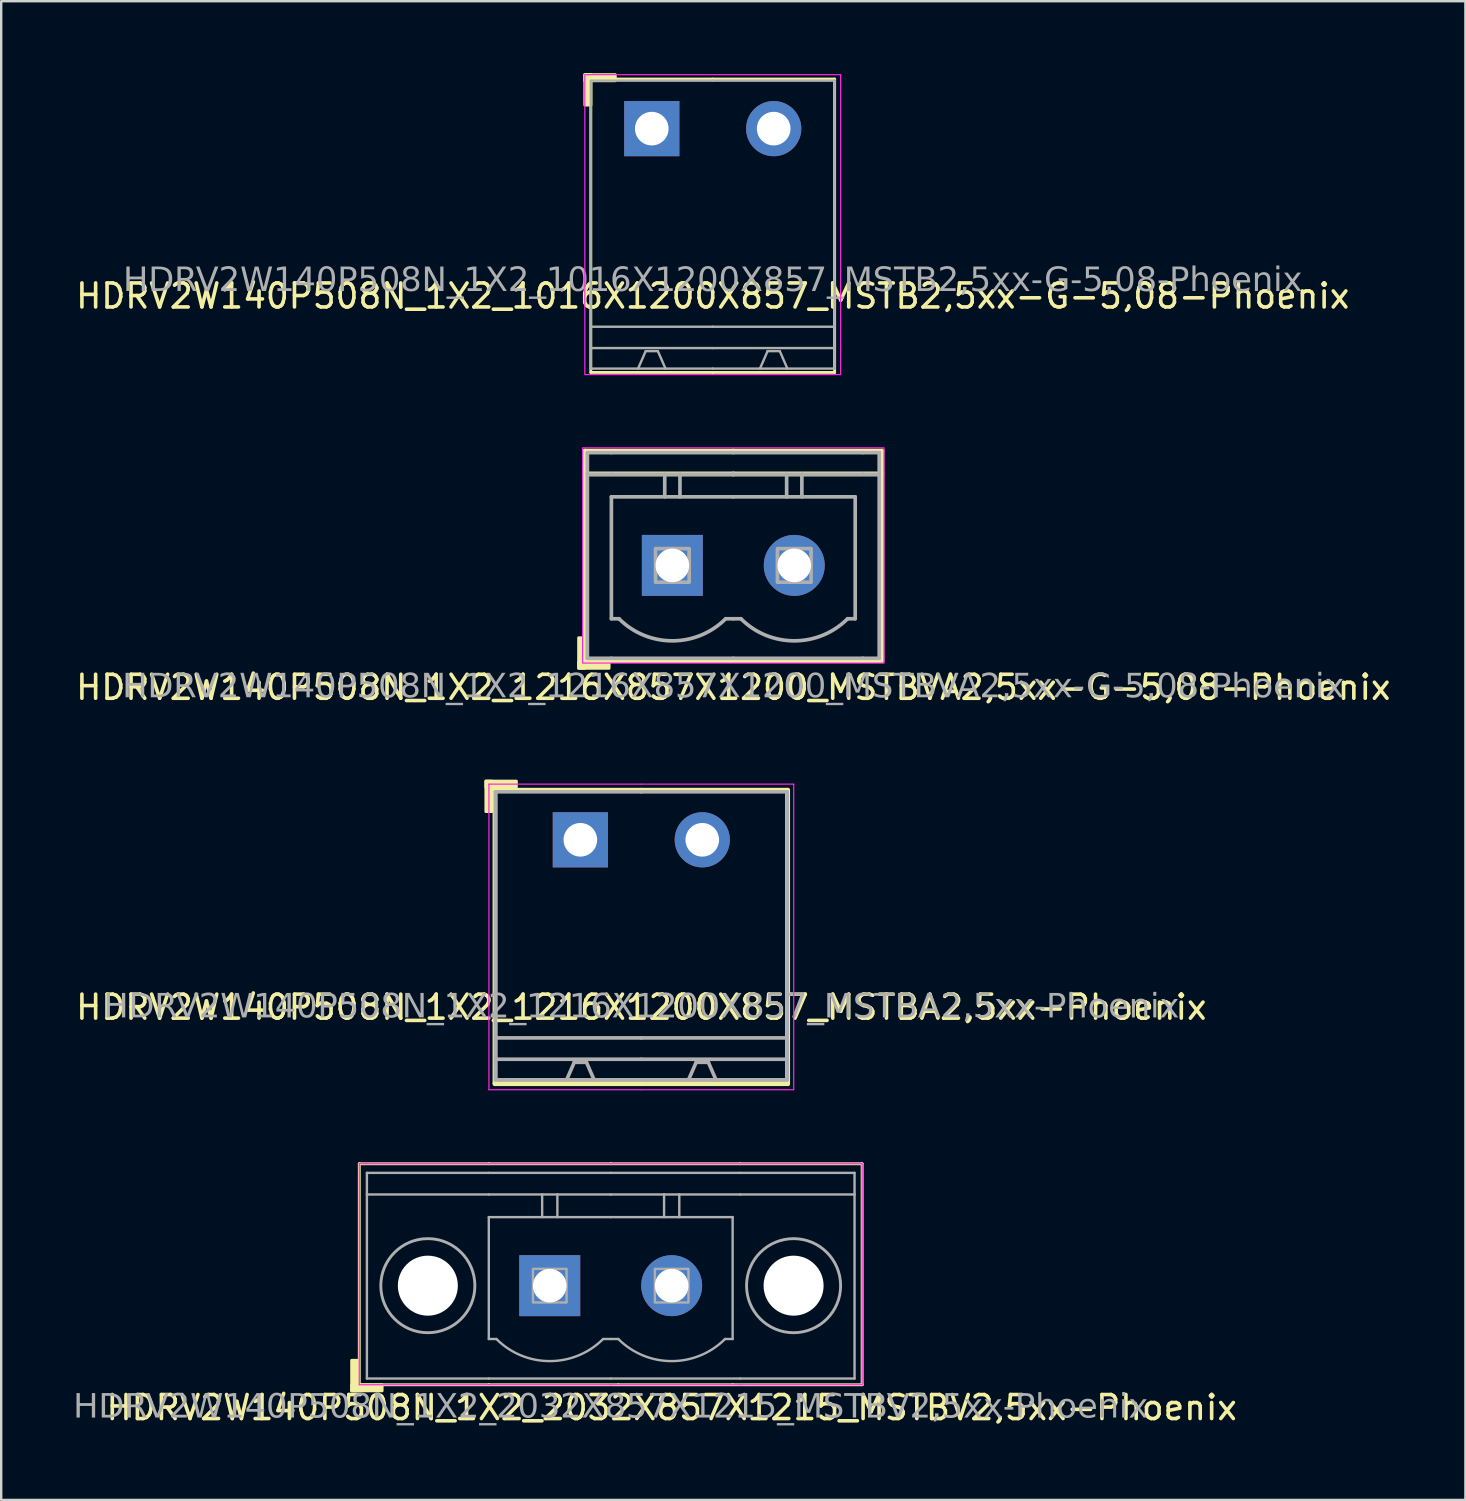
<source format=kicad_pcb>
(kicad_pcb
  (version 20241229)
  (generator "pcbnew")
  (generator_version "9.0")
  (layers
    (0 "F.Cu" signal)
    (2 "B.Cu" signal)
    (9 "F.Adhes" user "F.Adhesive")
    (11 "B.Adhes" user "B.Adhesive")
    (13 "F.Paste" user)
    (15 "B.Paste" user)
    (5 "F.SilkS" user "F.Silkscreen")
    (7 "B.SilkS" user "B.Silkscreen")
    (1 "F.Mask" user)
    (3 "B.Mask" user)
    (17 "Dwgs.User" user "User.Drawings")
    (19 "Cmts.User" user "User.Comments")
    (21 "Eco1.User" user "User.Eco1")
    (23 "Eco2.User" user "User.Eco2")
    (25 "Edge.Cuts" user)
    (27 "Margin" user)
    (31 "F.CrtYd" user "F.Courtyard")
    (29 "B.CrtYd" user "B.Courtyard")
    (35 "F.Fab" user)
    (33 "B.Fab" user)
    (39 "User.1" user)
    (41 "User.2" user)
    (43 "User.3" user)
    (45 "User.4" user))
  (footprint "HDRV2W140P508N_1X2_1216X1200X857_MSTBA2,5xx-Phoenix"
    (layer "F.Cu")
    (at 23.673 31.944)
    (property "Reference" "HDRV2W140P508N_1X2_1216X1200X857_MSTBA2,5xx-Phoenix" (at 0 6.975 0) (layer "F.SilkS") (effects (font (size 1 1) (thickness 0.15))))
    (attr through_hole)
    (fp_line (start -6.096 -2.065) (end -6.096 10.16) (stroke (width 0.203) (type solid)) (layer "F.SilkS"))
    (fp_line (start -6.096 10.16) (end 0 10.16) (stroke (width 0.203) (type solid)) (layer "F.SilkS"))
    (fp_line (start 0 -2.065) (end -6.096 -2.065) (stroke (width 0.203) (type solid)) (layer "F.SilkS"))
    (fp_line (start 0 -2.065) (end 6.096 -2.065) (stroke (width 0.203) (type solid)) (layer "F.SilkS"))
    (fp_line (start 6.096 -2.065) (end 6.096 10.16) (stroke (width 0.203) (type solid)) (layer "F.SilkS"))
    (fp_line (start 6.096 10.16) (end 0 10.16) (stroke (width 0.203) (type solid)) (layer "F.SilkS"))
    (fp_rect (start -6.477 -2.446) (end -6.223 -1.176) (stroke (width 0.12) (type solid)) (fill yes) (layer "F.SilkS"))
    (fp_rect (start -6.477 -2.446) (end -5.207 -2.192) (stroke (width 0.12) (type solid)) (fill yes) (layer "F.SilkS"))
    (fp_line (start -6.35 10.414) (end -6.35 -2.319) (stroke (width 0.05) (type solid)) (layer "F.CrtYd"))
    (fp_line (start 0 -2.319) (end -6.35 -2.319) (stroke (width 0.05) (type solid)) (layer "F.CrtYd"))
    (fp_line (start 0 -2.319) (end 6.35 -2.319) (stroke (width 0.05) (type solid)) (layer "F.CrtYd"))
    (fp_line (start 0 10.414) (end -6.35 10.414) (stroke (width 0.05) (type solid)) (layer "F.CrtYd"))
    (fp_line (start 0 10.414) (end 6.35 10.414) (stroke (width 0.05) (type solid)) (layer "F.CrtYd"))
    (fp_line (start 6.35 10.414) (end 6.35 -2.319) (stroke (width 0.05) (type solid)) (layer "F.CrtYd"))
    (fp_line (start -6.08 -2) (end -6.08 10) (stroke (width 0.152) (type solid)) (layer "F.Fab"))
    (fp_line (start -2.794 9.271) (end -3.111 10) (stroke (width 0.152) (type default)) (layer "F.Fab"))
    (fp_line (start -2.286 9.271) (end -2.794 9.271) (stroke (width 0.152) (type default)) (layer "F.Fab"))
    (fp_line (start -2.286 9.271) (end -1.968 10) (stroke (width 0.152) (type default)) (layer "F.Fab"))
    (fp_line (start 0 -2) (end -6.08 -2) (stroke (width 0.152) (type solid)) (layer "F.Fab"))
    (fp_line (start 0 -2) (end 6.08 -2) (stroke (width 0.152) (type solid)) (layer "F.Fab"))
    (fp_line (start 0 8.255) (end -6.08 8.255) (stroke (width 0.152) (type solid)) (layer "F.Fab"))
    (fp_line (start 0 8.255) (end 6.08 8.255) (stroke (width 0.152) (type solid)) (layer "F.Fab"))
    (fp_line (start 0 9.144) (end -6.08 9.144) (stroke (width 0.152) (type solid)) (layer "F.Fab"))
    (fp_line (start 0 9.144) (end 6.08 9.144) (stroke (width 0.152) (type solid)) (layer "F.Fab"))
    (fp_line (start 0 10) (end -6.08 10) (stroke (width 0.152) (type solid)) (layer "F.Fab"))
    (fp_line (start 0 10) (end 6.08 10) (stroke (width 0.152) (type solid)) (layer "F.Fab"))
    (fp_line (start 2.286 9.271) (end 1.968 10) (stroke (width 0.152) (type default)) (layer "F.Fab"))
    (fp_line (start 2.794 9.271) (end 2.286 9.271) (stroke (width 0.152) (type default)) (layer "F.Fab"))
    (fp_line (start 2.794 9.271) (end 3.111 10) (stroke (width 0.152) (type default)) (layer "F.Fab"))
    (fp_line (start 6.08 -2) (end 6.08 10) (stroke (width 0.152) (type solid)) (layer "F.Fab"))
    (fp_rect (start -2.794 -0.254) (end -2.286 0.254) (stroke (width 0.152) (type solid)) (fill no) (layer "F.Fab"))
    (fp_rect (start 2.794 -0.254) (end 2.286 0.254) (stroke (width 0.152) (type solid)) (fill no) (layer "F.Fab"))
    (fp_text user "${REFERENCE}" (at 0 6.985 0) (layer "F.Fab") (effects (font (face "Tahoma") (size 1 1) (thickness 0.15))))
    (pad "1" thru_hole rect (at -2.54 0) (size 2.3 2.3) (drill 1.4) (layers "*.Cu" "*.Mask"))
    (pad "2" thru_hole circle (at 2.54 0) (size 2.3 2.3) (drill 1.4) (layers "*.Cu" "*.Mask")))
  (footprint "HDRV2W140P508N_1X2_2032X857X1215_MSTBV2,5xx-Phoenix"
    (layer "F.Cu")
    (at 22.398 50.523)
    (property "Reference" "HDRV2W140P508N_1X2_2032X857X1215_MSTBV2,5xx-Phoenix" (at 2.54 5.08 0) (layer "F.SilkS") (effects (font (size 1 1) (thickness 0.15))))
    (attr through_hole)
    (fp_line (start -10.477 -5.08) (end -10.477 4.128) (stroke (width 0.12) (type solid)) (layer "F.SilkS"))
    (fp_line (start -10.477 -5.08) (end -5.08 -5.08) (stroke (width 0.12) (type solid)) (layer "F.SilkS"))
    (fp_line (start -10.477 4.128) (end -5.08 4.128) (stroke (width 0.12) (type solid)) (layer "F.SilkS"))
    (fp_line (start 0 -5.08) (end -5.08 -5.08) (stroke (width 0.12) (type solid)) (layer "F.SilkS"))
    (fp_line (start 0.318 4.128) (end -5.08 4.128) (stroke (width 0.12) (type solid)) (layer "F.SilkS"))
    (fp_line (start 0.318 4.128) (end 5.08 4.128) (stroke (width 0.12) (type solid)) (layer "F.SilkS"))
    (fp_line (start 5.397 -5.08) (end 0 -5.08) (stroke (width 0.12) (type solid)) (layer "F.SilkS"))
    (fp_line (start 10.477 -5.08) (end 5.397 -5.08) (stroke (width 0.12) (type solid)) (layer "F.SilkS"))
    (fp_line (start 10.477 -5.08) (end 10.477 4.128) (stroke (width 0.12) (type solid)) (layer "F.SilkS"))
    (fp_line (start 10.477 4.128) (end 5.08 4.128) (stroke (width 0.12) (type solid)) (layer "F.SilkS"))
    (fp_rect (start -10.541 3.111) (end -10.795 4.381) (stroke (width 0.12) (type solid)) (fill yes) (layer "F.SilkS"))
    (fp_rect (start -9.525 4.381) (end -10.795 4.128) (stroke (width 0.12) (type solid)) (fill yes) (layer "F.SilkS"))
    (fp_line (start -10.477 4.128) (end -10.477 -5.08) (stroke (width 0.05) (type solid)) (layer "F.CrtYd"))
    (fp_line (start -5.08 -5.08) (end -10.477 -5.08) (stroke (width 0.05) (type solid)) (layer "F.CrtYd"))
    (fp_line (start -5.08 -5.08) (end 0 -5.08) (stroke (width 0.05) (type solid)) (layer "F.CrtYd"))
    (fp_line (start -5.08 4.128) (end -10.477 4.128) (stroke (width 0.05) (type solid)) (layer "F.CrtYd"))
    (fp_line (start -5.08 4.128) (end 0 4.128) (stroke (width 0.05) (type solid)) (layer "F.CrtYd"))
    (fp_line (start 0 -5.08) (end 5.397 -5.08) (stroke (width 0.05) (type solid)) (layer "F.CrtYd"))
    (fp_line (start 0 4.128) (end 5.397 4.128) (stroke (width 0.05) (type solid)) (layer "F.CrtYd"))
    (fp_line (start 5.397 -5.08) (end 10.477 -5.08) (stroke (width 0.05) (type solid)) (layer "F.CrtYd"))
    (fp_line (start 5.397 4.128) (end 10.477 4.128) (stroke (width 0.05) (type solid)) (layer "F.CrtYd"))
    (fp_line (start 10.477 4.128) (end 10.477 -5.08) (stroke (width 0.05) (type solid)) (layer "F.CrtYd"))
    (fp_line (start -10.16 -4.7) (end -10.16 3.87) (stroke (width 0.1) (type solid)) (layer "F.Fab"))
    (fp_line (start -10.16 -3.8) (end -5.08 -3.8) (stroke (width 0.1) (type solid)) (layer "F.Fab"))
    (fp_line (start -5.08 -4.7) (end -10.16 -4.7) (stroke (width 0.1) (type solid)) (layer "F.Fab"))
    (fp_line (start -5.08 -4.7) (end 0 -4.7) (stroke (width 0.1) (type solid)) (layer "F.Fab"))
    (fp_line (start -5.08 -2.857) (end 0 -2.857) (stroke (width 0.1) (type default)) (layer "F.Fab"))
    (fp_line (start -5.08 2.223) (end -5.08 -2.857) (stroke (width 0.1) (type default)) (layer "F.Fab"))
    (fp_line (start -5.08 3.87) (end -10.16 3.87) (stroke (width 0.1) (type solid)) (layer "F.Fab"))
    (fp_line (start -5.08 3.87) (end 0 3.87) (stroke (width 0.1) (type solid)) (layer "F.Fab"))
    (fp_line (start -4.763 2.223) (end -5.08 2.223) (stroke (width 0.1) (type default)) (layer "F.Fab"))
    (fp_line (start -2.857 -3.81) (end -2.857 -2.857) (stroke (width 0.1) (type default)) (layer "F.Fab"))
    (fp_line (start -2.223 -3.81) (end -2.223 -2.857) (stroke (width 0.1) (type default)) (layer "F.Fab"))
    (fp_line (start 0 -4.7) (end 5.397 -4.7) (stroke (width 0.1) (type solid)) (layer "F.Fab"))
    (fp_line (start 0 -3.8) (end -5.08 -3.8) (stroke (width 0.1) (type solid)) (layer "F.Fab"))
    (fp_line (start 0 -2.857) (end 5.08 -2.857) (stroke (width 0.1) (type default)) (layer "F.Fab"))
    (fp_line (start 0 2.223) (end -0.318 2.223) (stroke (width 0.1) (type default)) (layer "F.Fab"))
    (fp_line (start 0 3.87) (end 5.397 3.87) (stroke (width 0.1) (type solid)) (layer "F.Fab"))
    (fp_line (start 0.318 2.223) (end 0 2.223) (stroke (width 0.1) (type default)) (layer "F.Fab"))
    (fp_line (start 2.223 -3.81) (end 2.223 -2.857) (stroke (width 0.1) (type default)) (layer "F.Fab"))
    (fp_line (start 2.857 -3.81) (end 2.857 -2.857) (stroke (width 0.1) (type default)) (layer "F.Fab"))
    (fp_line (start 5.08 2.223) (end 4.763 2.223) (stroke (width 0.1) (type default)) (layer "F.Fab"))
    (fp_line (start 5.08 2.223) (end 5.08 -2.857) (stroke (width 0.1) (type default)) (layer "F.Fab"))
    (fp_line (start 5.397 -4.7) (end 10.16 -4.7) (stroke (width 0.1) (type solid)) (layer "F.Fab"))
    (fp_line (start 5.397 -3.8) (end 0 -3.8) (stroke (width 0.1) (type solid)) (layer "F.Fab"))
    (fp_line (start 5.397 3.87) (end 10.16 3.87) (stroke (width 0.1) (type solid)) (layer "F.Fab"))
    (fp_line (start 10.16 -4.7) (end 10.16 3.87) (stroke (width 0.1) (type solid)) (layer "F.Fab"))
    (fp_line (start 10.16 -3.8) (end 5.397 -3.8) (stroke (width 0.1) (type solid)) (layer "F.Fab"))
    (fp_rect (start -1.84 -0.7) (end -3.24 0.7) (stroke (width 0.1) (type solid)) (fill no) (layer "F.Fab"))
    (fp_rect (start 3.24 -0.7) (end 1.84 0.7) (stroke (width 0.1) (type solid)) (fill no) (layer "F.Fab"))
    (fp_arc (start -0.3175 2.2225) (mid -2.54 3.143092) (end -4.7625 2.2225) (stroke (width 0.1) (type default)) (layer "F.Fab"))
    (fp_arc (start 4.7625 2.2225) (mid 2.54 3.143092) (end 0.3175 2.2225) (stroke (width 0.1) (type default)) (layer "F.Fab"))
    (fp_circle (center -7.62 0) (end -5.66 0) (stroke (width 0.12) (type default)) (fill no) (layer "F.Fab"))
    (fp_circle (center 7.62 0) (end 9.58 0) (stroke (width 0.12) (type default)) (fill no) (layer "F.Fab"))
    (fp_text user "${REFERENCE}" (at 0 5.08 0) (layer "F.Fab") (effects (font (face "Tahoma") (size 1 1) (thickness 0.15))))
    (pad "" np_thru_hole circle (at -7.62 0) (size 2.5 2.5) (drill 2.5) (layers "*.Cu" "*.Mask"))
    (pad "" np_thru_hole circle (at 7.62 0) (size 2.5 2.5) (drill 2.5) (layers "*.Cu" "*.Mask"))
    (pad "1" thru_hole rect (at -2.54 0) (size 2.54 2.54) (drill 1.4) (layers "*.Cu" "*.Mask"))
    (pad "2" thru_hole circle (at 2.54 0) (size 2.54 2.54) (drill 1.4) (layers "*.Cu" "*.Mask")))
  (footprint "HDRV2W140P508N_1X2_1216X857X1200_MSTBVA2,5xx-G-5,08-Phoenix"
    (layer "F.Cu")
    (at 27.506 20.51)
    (property "Reference" "HDRV2W140P508N_1X2_1216X857X1200_MSTBVA2,5xx-G-5,08-Phoenix" (at 0 5.08 0) (layer "F.SilkS") (effects (font (size 1 1) (thickness 0.15))))
    (attr through_hole)
    (fp_line (start -6.191 -4.763) (end -6.191 3.969) (stroke (width 0.203) (type solid)) (layer "F.SilkS"))
    (fp_line (start -6.191 -4.763) (end 0 -4.763) (stroke (width 0.203) (type solid)) (layer "F.SilkS"))
    (fp_line (start -6.191 -3.81) (end 0 -3.81) (stroke (width 0.203) (type solid)) (layer "F.SilkS"))
    (fp_line (start -6.191 3.969) (end 0 3.969) (stroke (width 0.203) (type solid)) (layer "F.SilkS"))
    (fp_line (start 6.191 -4.763) (end 0 -4.763) (stroke (width 0.203) (type solid)) (layer "F.SilkS"))
    (fp_line (start 6.191 -4.763) (end 6.191 3.969) (stroke (width 0.203) (type solid)) (layer "F.SilkS"))
    (fp_line (start 6.191 -3.81) (end 0 -3.81) (stroke (width 0.203) (type solid)) (layer "F.SilkS"))
    (fp_line (start 6.191 3.969) (end 0 3.969) (stroke (width 0.203) (type solid)) (layer "F.SilkS"))
    (fp_rect (start -6.191 3.016) (end -6.445 4.286) (stroke (width 0.12) (type solid)) (fill yes) (layer "F.SilkS"))
    (fp_rect (start -5.175 4.286) (end -6.445 4.032) (stroke (width 0.12) (type solid)) (fill yes) (layer "F.SilkS"))
    (fp_rect (start -6.28 -4.9) (end 6.28 4.07) (stroke (width 0.05) (type default)) (fill no) (layer "F.CrtYd"))
    (fp_line (start -6.08 -4.7) (end -6.08 3.87) (stroke (width 0.152) (type solid)) (layer "F.Fab"))
    (fp_line (start -6.08 -3.8) (end -5.08 -3.8) (stroke (width 0.152) (type solid)) (layer "F.Fab"))
    (fp_line (start -5.08 -4.7) (end -6.08 -4.7) (stroke (width 0.152) (type solid)) (layer "F.Fab"))
    (fp_line (start -5.08 -4.7) (end 0 -4.7) (stroke (width 0.152) (type solid)) (layer "F.Fab"))
    (fp_line (start -5.08 -2.857) (end 0 -2.857) (stroke (width 0.152) (type default)) (layer "F.Fab"))
    (fp_line (start -5.08 2.223) (end -5.08 -2.857) (stroke (width 0.152) (type default)) (layer "F.Fab"))
    (fp_line (start -5.08 3.87) (end -6.08 3.87) (stroke (width 0.152) (type solid)) (layer "F.Fab"))
    (fp_line (start -5.08 3.87) (end 0 3.87) (stroke (width 0.152) (type solid)) (layer "F.Fab"))
    (fp_line (start -4.763 2.223) (end -5.08 2.223) (stroke (width 0.152) (type default)) (layer "F.Fab"))
    (fp_line (start -2.857 -3.8) (end -2.857 -2.857) (stroke (width 0.152) (type default)) (layer "F.Fab"))
    (fp_line (start -2.223 -3.8) (end -2.223 -2.857) (stroke (width 0.152) (type default)) (layer "F.Fab"))
    (fp_line (start 0 -4.7) (end 5.397 -4.7) (stroke (width 0.152) (type solid)) (layer "F.Fab"))
    (fp_line (start 0 -3.8) (end -5.08 -3.8) (stroke (width 0.152) (type solid)) (layer "F.Fab"))
    (fp_line (start 0 -2.857) (end 5.08 -2.857) (stroke (width 0.152) (type default)) (layer "F.Fab"))
    (fp_line (start 0 2.223) (end -0.318 2.223) (stroke (width 0.152) (type default)) (layer "F.Fab"))
    (fp_line (start 0 3.87) (end 5.397 3.87) (stroke (width 0.152) (type solid)) (layer "F.Fab"))
    (fp_line (start 0.318 2.223) (end 0 2.223) (stroke (width 0.152) (type default)) (layer "F.Fab"))
    (fp_line (start 2.223 -3.8) (end 2.223 -2.857) (stroke (width 0.152) (type default)) (layer "F.Fab"))
    (fp_line (start 2.857 -3.8) (end 2.857 -2.857) (stroke (width 0.152) (type default)) (layer "F.Fab"))
    (fp_line (start 5.08 2.223) (end 4.763 2.223) (stroke (width 0.152) (type default)) (layer "F.Fab"))
    (fp_line (start 5.08 2.223) (end 5.08 -2.857) (stroke (width 0.152) (type default)) (layer "F.Fab"))
    (fp_line (start 5.397 -4.7) (end 6.08 -4.7) (stroke (width 0.152) (type solid)) (layer "F.Fab"))
    (fp_line (start 5.397 -3.8) (end 0 -3.8) (stroke (width 0.152) (type solid)) (layer "F.Fab"))
    (fp_line (start 5.397 3.87) (end 6.08 3.87) (stroke (width 0.152) (type solid)) (layer "F.Fab"))
    (fp_line (start 6.08 -4.7) (end 6.08 3.87) (stroke (width 0.152) (type solid)) (layer "F.Fab"))
    (fp_line (start 6.08 -3.8) (end 5.397 -3.8) (stroke (width 0.152) (type solid)) (layer "F.Fab"))
    (fp_rect (start -1.84 -0.7) (end -3.24 0.7) (stroke (width 0.152) (type solid)) (fill no) (layer "F.Fab"))
    (fp_rect (start 3.24 -0.7) (end 1.84 0.7) (stroke (width 0.152) (type solid)) (fill no) (layer "F.Fab"))
    (fp_arc (start -0.3175 2.2225) (mid -2.54 3.143092) (end -4.7625 2.2225) (stroke (width 0.1524) (type default)) (layer "F.Fab"))
    (fp_arc (start 4.7625 2.2225) (mid 2.54 3.143092) (end 0.3175 2.2225) (stroke (width 0.1524) (type default)) (layer "F.Fab"))
    (fp_text user "${REFERENCE}" (at 0 5.08 0) (layer "F.Fab") (effects (font (face "Tahoma") (size 1 1) (thickness 0.15))))
    (pad "1" thru_hole rect (at -2.54 0) (size 2.54 2.54) (drill 1.4) (layers "*.Cu" "*.Mask"))
    (pad "2" thru_hole circle (at 2.54 0) (size 2.54 2.54) (drill 1.4) (layers "*.Cu" "*.Mask")))
  (footprint "HDRV2W140P508N_1X2_1016X1200X857_MSTB2,5xx-G-5,08-Phoenix"
    (layer "F.Cu")
    (at 26.649 2.31)
    (property "Reference" "HDRV2W140P508N_1X2_1016X1200X857_MSTB2,5xx-G-5,08-Phoenix" (at 0 6.975 0) (layer "F.SilkS") (effects (font (size 1 1) (thickness 0.15))))
    (attr through_hole)
    (fp_line (start -5.08 -2.065) (end -5.08 10.16) (stroke (width 0.12) (type solid)) (layer "F.SilkS"))
    (fp_line (start -5.08 10.16) (end 0 10.16) (stroke (width 0.12) (type solid)) (layer "F.SilkS"))
    (fp_line (start 0 -2.065) (end -5.08 -2.065) (stroke (width 0.12) (type solid)) (layer "F.SilkS"))
    (fp_line (start 0 -2.065) (end 5.08 -2.065) (stroke (width 0.12) (type solid)) (layer "F.SilkS"))
    (fp_line (start 5.08 -2.065) (end 5.08 10.16) (stroke (width 0.12) (type solid)) (layer "F.SilkS"))
    (fp_line (start 5.08 10.16) (end 0 10.16) (stroke (width 0.12) (type solid)) (layer "F.SilkS"))
    (fp_rect (start -5.33 -2.25) (end -5.076 -0.98) (stroke (width 0.12) (type solid)) (fill yes) (layer "F.SilkS"))
    (fp_rect (start -5.33 -2.25) (end -4.06 -1.996) (stroke (width 0.12) (type solid)) (fill yes) (layer "F.SilkS"))
    (fp_rect (start -5.33 -2.25) (end 5.33 10.25) (stroke (width 0.05) (type default)) (fill no) (layer "F.CrtYd"))
    (fp_line (start -5.08 -2) (end -5.08 10) (stroke (width 0.1) (type solid)) (layer "F.Fab"))
    (fp_line (start -2.794 9.271) (end -3.111 10) (stroke (width 0.1) (type default)) (layer "F.Fab"))
    (fp_line (start -2.286 9.271) (end -2.794 9.271) (stroke (width 0.1) (type default)) (layer "F.Fab"))
    (fp_line (start -2.286 9.271) (end -1.968 10) (stroke (width 0.1) (type default)) (layer "F.Fab"))
    (fp_line (start 0 -2) (end -5.08 -2) (stroke (width 0.1) (type solid)) (layer "F.Fab"))
    (fp_line (start 0 -2) (end 5.08 -2) (stroke (width 0.1) (type solid)) (layer "F.Fab"))
    (fp_line (start 0 8.255) (end -5.08 8.255) (stroke (width 0.1) (type solid)) (layer "F.Fab"))
    (fp_line (start 0 8.255) (end 5.08 8.255) (stroke (width 0.1) (type solid)) (layer "F.Fab"))
    (fp_line (start 0 9.144) (end -5.08 9.144) (stroke (width 0.1) (type solid)) (layer "F.Fab"))
    (fp_line (start 0 9.144) (end 5.08 9.144) (stroke (width 0.1) (type solid)) (layer "F.Fab"))
    (fp_line (start 0 10) (end -5.08 10) (stroke (width 0.1) (type solid)) (layer "F.Fab"))
    (fp_line (start 0 10) (end 5.08 10) (stroke (width 0.1) (type solid)) (layer "F.Fab"))
    (fp_line (start 2.286 9.271) (end 1.968 10) (stroke (width 0.1) (type default)) (layer "F.Fab"))
    (fp_line (start 2.794 9.271) (end 2.286 9.271) (stroke (width 0.1) (type default)) (layer "F.Fab"))
    (fp_line (start 2.794 9.271) (end 3.111 10) (stroke (width 0.1) (type default)) (layer "F.Fab"))
    (fp_line (start 5.08 -2) (end 5.08 10) (stroke (width 0.1) (type solid)) (layer "F.Fab"))
    (fp_rect (start -2.794 -0.254) (end -2.286 0.254) (stroke (width 0.1) (type solid)) (fill no) (layer "F.Fab"))
    (fp_rect (start 2.794 -0.254) (end 2.286 0.254) (stroke (width 0.1) (type solid)) (fill no) (layer "F.Fab"))
    (fp_text user "${REFERENCE}" (at 0 6.35 0) (layer "F.Fab") (effects (font (face "Tahoma") (size 1 1) (thickness 0.15))))
    (pad "1" thru_hole rect (at -2.54 0) (size 2.3 2.3) (drill 1.4) (layers "*.Cu" "*.Mask"))
    (pad "2" thru_hole circle (at 2.54 0) (size 2.3 2.3) (drill 1.4) (layers "*.Cu" "*.Mask")))
  (gr_rect
    (start -3 -3)
    (end 58.012 59.452)
    (stroke (width 0.1) (type default))
    (fill no)
    (layer "Edge.Cuts")))
</source>
